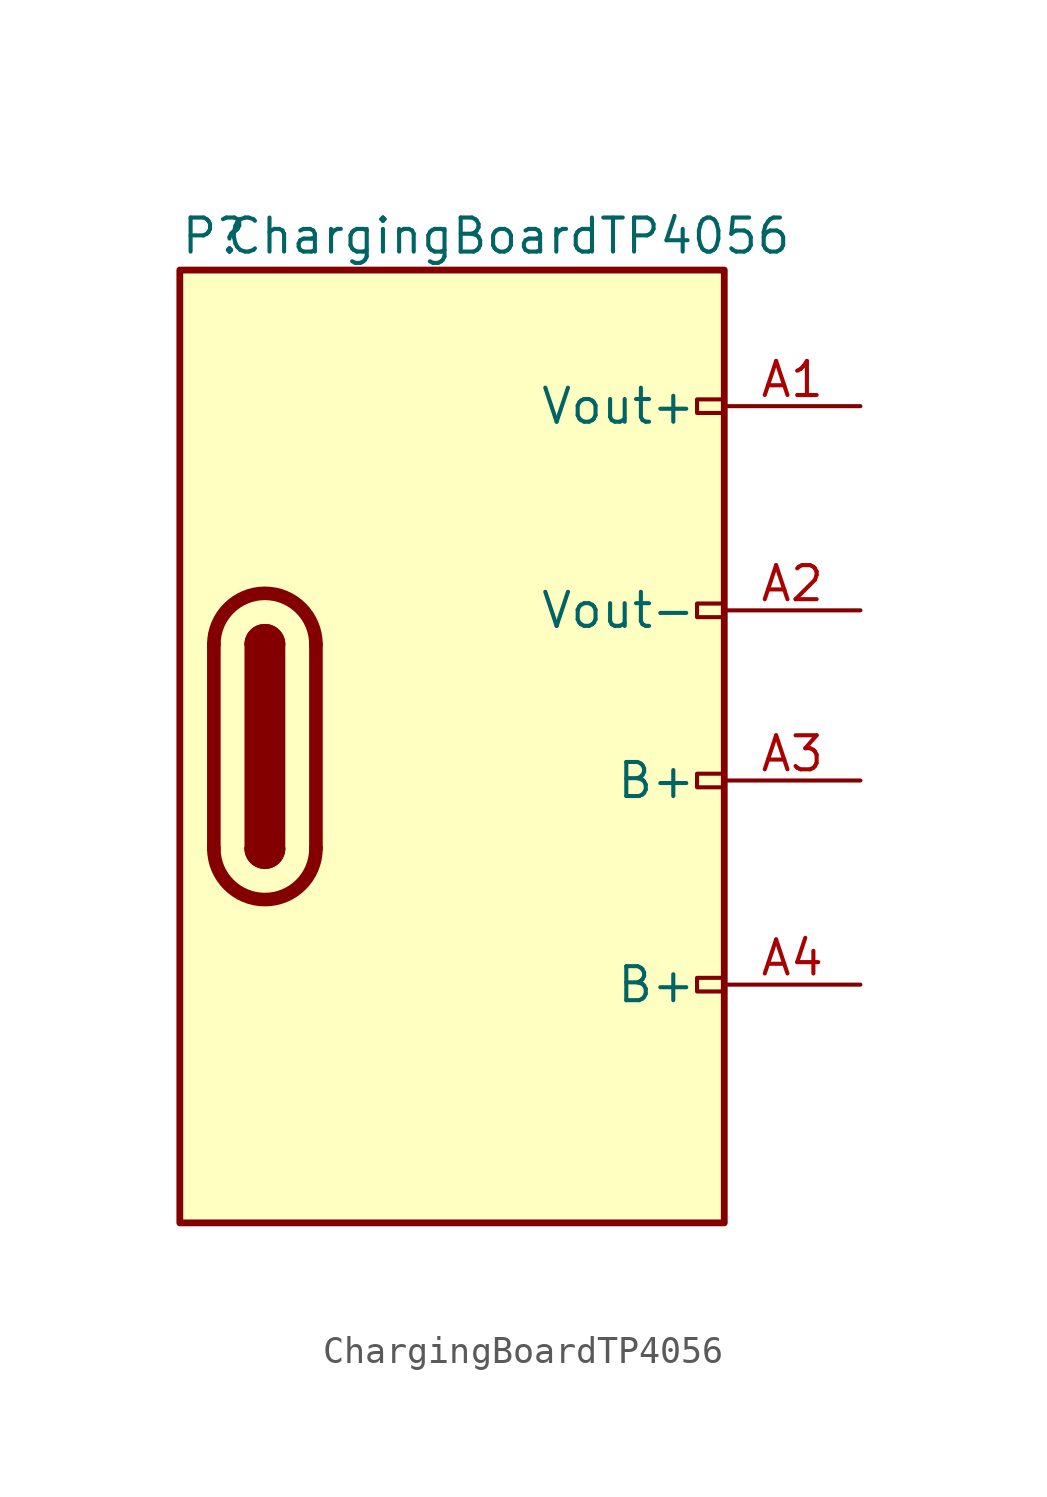
<source format=kicad_sym>
(kicad_symbol_lib
  (version 20241209)
  (generator "kicad_symbol_editor")
  (generator_version "9.0")
  (symbol "ChargingBoardTP4056"
    (pin_names
      (offset 1.016))
    (property "Reference" "P"
      (at -10.16 19.05 0)
      (effects (font (size 1.27 1.27)) (justify left)))
    (property "Value" "ChargingBoardTP4056"
      (at 12.7 19.05 0)
      (effects (font (size 1.27 1.27)) (justify right)))
    (symbol "ChargingBoardTP4056_0_0"
      (rectangle (start 10.16 12.954) (end 9.144 12.446) (stroke (width 0) (type default)) (fill (type none)))
      (rectangle (start 10.16 5.334) (end 9.144 4.826) (stroke (width 0) (type default)) (fill (type none)))
      (rectangle (start 10.16 -1.016) (end 9.144 -1.524) (stroke (width 0) (type default)) (fill (type none)))
      (rectangle (start 10.16 -8.636) (end 9.144 -9.144) (stroke (width 0) (type default)) (fill (type none))))
    (symbol "ChargingBoardTP4056_0_1"
      (rectangle (start -10.16 17.78) (end 10.16 -17.78) (stroke (width 0.254) (type default)) (fill (type background)))
      (polyline (pts (xy -8.89 -3.81) (xy -8.89 3.81)) (stroke (width 0.508) (type default)) (fill (type none)))
      (rectangle (start -7.62 -3.81) (end -6.35 3.81) (stroke (width 0.254) (type default)) (fill (type outline)))
      (arc (start -7.62 3.81) (mid -6.985 4.4423) (end -6.35 3.81) (stroke (width 0.254) (type default)) (fill (type none)))
      (arc (start -7.62 3.81) (mid -6.985 4.4423) (end -6.35 3.81) (stroke (width 0.254) (type default)) (fill (type outline)))
      (arc (start -8.89 3.81) (mid -6.985 5.7067) (end -5.08 3.81) (stroke (width 0.508) (type default)) (fill (type none)))
      (arc (start -5.08 -3.81) (mid -6.985 -5.7067) (end -8.89 -3.81) (stroke (width 0.508) (type default)) (fill (type none)))
      (arc (start -6.35 -3.81) (mid -6.985 -4.4423) (end -7.62 -3.81) (stroke (width 0.254) (type default)) (fill (type none)))
      (arc (start -6.35 -3.81) (mid -6.985 -4.4423) (end -7.62 -3.81) (stroke (width 0.254) (type default)) (fill (type outline)))
      (polyline (pts (xy -5.08 3.81) (xy -5.08 -3.81)) (stroke (width 0.508) (type default)) (fill (type none))))
    (symbol "ChargingBoardTP4056_1_1"
      (pin output line (at 15.24 12.7 180) (length 5.08) (name "Vout+" (effects (font (size 1.27 1.27)))) (number "A1" (effects (font (size 1.27 1.27)))))
      (pin passive line (at 15.24 12.7 180) (length 5.08) (hide yes) (name "VBUS" (effects (font (size 1.27 1.27)))) (number "A9" (effects (font (size 1.27 1.27)))))
      (pin passive line (at 15.24 12.7 180) (length 5.08) (hide yes) (name "VBUS" (effects (font (size 1.27 1.27)))) (number "B4" (effects (font (size 1.27 1.27)))))
      (pin passive line (at 15.24 12.7 180) (length 5.08) (hide yes) (name "VBUS" (effects (font (size 1.27 1.27)))) (number "B9" (effects (font (size 1.27 1.27)))))
      (pin output line (at 15.24 5.08 180) (length 5.08) (name "Vout-" (effects (font (size 1.27 1.27)))) (number "A2" (effects (font (size 1.27 1.27)))))
      (pin output line (at 15.24 -1.27 180) (length 5.08) (name "B+" (effects (font (size 1.27 1.27)))) (number "A3" (effects (font (size 1.27 1.27)))))
      (pin output line (at 15.24 -8.89 180) (length 5.08) (name "B+" (effects (font (size 1.27 1.27)))) (number "A4" (effects (font (size 1.27 1.27))))))))
</source>
